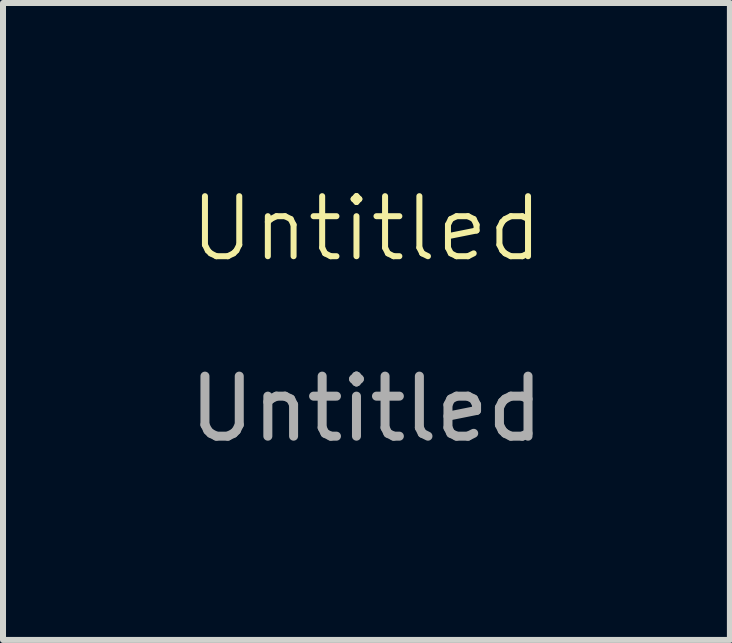
<source format=kicad_pcb>
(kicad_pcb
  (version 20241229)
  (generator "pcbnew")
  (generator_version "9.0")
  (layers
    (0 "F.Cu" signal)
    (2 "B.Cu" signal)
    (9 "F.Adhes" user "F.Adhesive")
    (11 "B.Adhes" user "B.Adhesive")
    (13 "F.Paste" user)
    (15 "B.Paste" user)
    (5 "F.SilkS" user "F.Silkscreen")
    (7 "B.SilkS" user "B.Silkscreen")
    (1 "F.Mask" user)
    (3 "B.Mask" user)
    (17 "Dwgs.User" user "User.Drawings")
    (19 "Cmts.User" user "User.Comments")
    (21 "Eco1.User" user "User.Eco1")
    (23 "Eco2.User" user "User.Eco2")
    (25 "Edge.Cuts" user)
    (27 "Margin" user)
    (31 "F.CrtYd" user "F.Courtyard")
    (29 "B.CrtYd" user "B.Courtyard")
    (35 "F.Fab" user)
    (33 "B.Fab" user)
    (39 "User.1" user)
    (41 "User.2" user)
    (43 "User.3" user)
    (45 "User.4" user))
  (footprint "Untitled"
    (layer "F.Cu")
    (at 3.054 1.26)
    (property "Reference" "Untitled" (at 0 -0.5 0) (unlocked yes) (layer "F.SilkS") (effects (font (size 1 1) (thickness 0.1))))
    (attr smd)
    (fp_text user "${REFERENCE}" (at 0 2.5 0) (unlocked yes) (layer "F.Fab") (effects (font (size 1 1) (thickness 0.15)))))
  (gr_rect
    (start -3 -3)
    (end 9.107 7.609)
    (stroke (width 0.1) (type default))
    (fill no)
    (layer "Edge.Cuts")))
</source>
